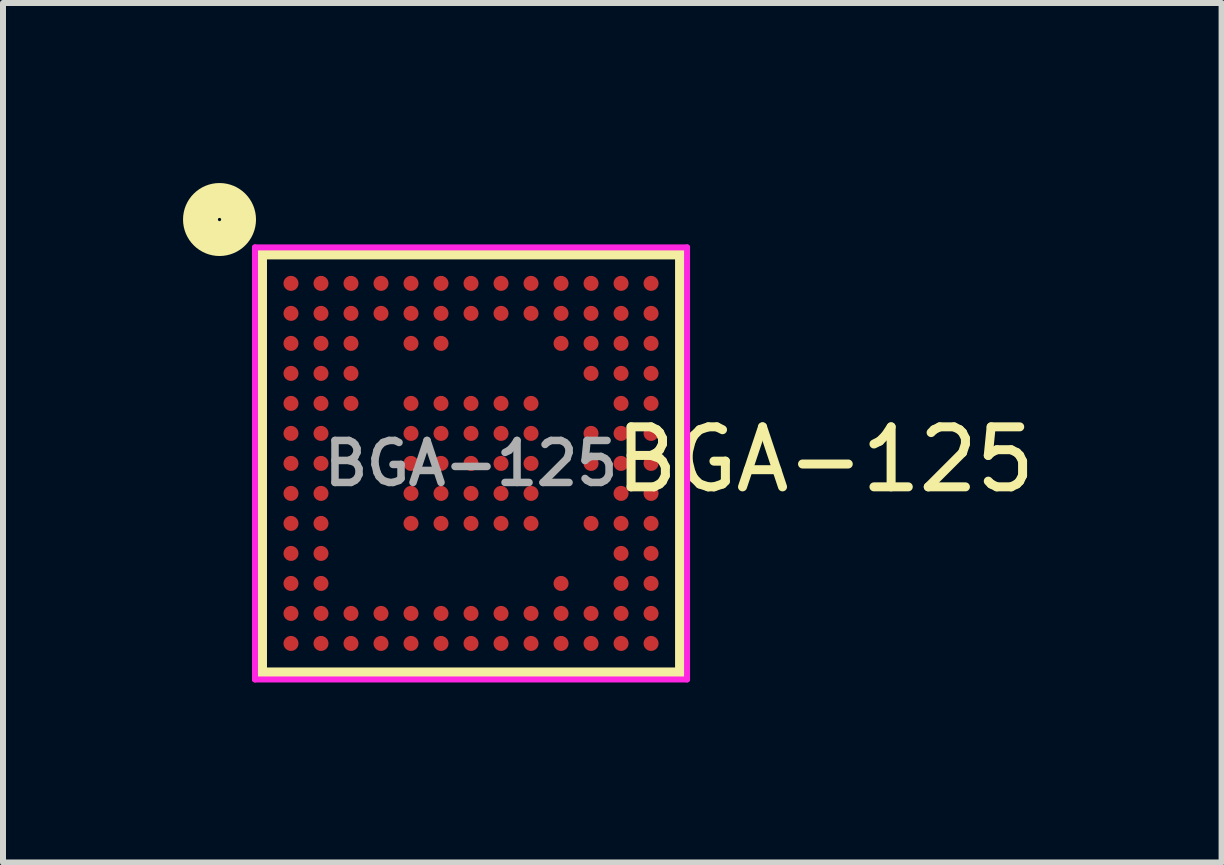
<source format=kicad_pcb>
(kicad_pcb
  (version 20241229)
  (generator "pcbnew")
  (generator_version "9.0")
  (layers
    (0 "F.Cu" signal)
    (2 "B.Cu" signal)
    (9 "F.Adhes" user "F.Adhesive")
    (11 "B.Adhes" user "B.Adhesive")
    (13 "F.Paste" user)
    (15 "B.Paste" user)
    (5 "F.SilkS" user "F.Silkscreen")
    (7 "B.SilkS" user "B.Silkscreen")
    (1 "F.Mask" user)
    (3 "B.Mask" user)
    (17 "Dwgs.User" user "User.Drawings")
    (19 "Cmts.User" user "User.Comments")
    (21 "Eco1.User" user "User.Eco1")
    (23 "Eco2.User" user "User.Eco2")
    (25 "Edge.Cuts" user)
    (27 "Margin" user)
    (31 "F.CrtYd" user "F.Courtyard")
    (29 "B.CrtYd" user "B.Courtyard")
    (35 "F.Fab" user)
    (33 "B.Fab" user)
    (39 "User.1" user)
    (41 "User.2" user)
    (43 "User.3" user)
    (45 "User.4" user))
  (footprint "BGA-125"
    (layer "F.Cu")
    (at 4.799 4.672)
    (property "Reference" "BGA-125" (at 5.905 -0.064 0) (layer "F.SilkS") (effects (font (size 1 1) (thickness 0.15))))
    (attr through_hole)
    (fp_line (start -3.5 -3.5) (end 3.5 -3.5) (stroke (width 0.2) (type solid)) (layer "F.SilkS"))
    (fp_line (start -3.5 3.5) (end -3.5 -3.5) (stroke (width 0.2) (type solid)) (layer "F.SilkS"))
    (fp_line (start 3.5 -3.5) (end 3.5 3.5) (stroke (width 0.2) (type solid)) (layer "F.SilkS"))
    (fp_line (start 3.5 3.5) (end -3.5 3.5) (stroke (width 0.2) (type solid)) (layer "F.SilkS"))
    (fp_circle (center -4.191 -4.064) (end -4.128 -4.064) (stroke (width 0.2) (type solid)) (fill no) (layer "F.SilkS"))
    (fp_circle (center -4.191 -4.064) (end -4.064 -4.064) (stroke (width 0.2) (type solid)) (fill no) (layer "F.SilkS"))
    (fp_circle (center -4.191 -4.064) (end -3.937 -4) (stroke (width 0.2) (type solid)) (fill no) (layer "F.SilkS"))
    (fp_circle (center -4.191 -4.064) (end -3.81 -4) (stroke (width 0.2) (type solid)) (fill no) (layer "F.SilkS"))
    (fp_circle (center -4.191 -4.064) (end -3.683 -4.064) (stroke (width 0.2) (type solid)) (fill no) (layer "F.SilkS"))
    (fp_line (start -3.6 -3.6) (end 3.6 -3.6) (stroke (width 0.1) (type solid)) (layer "F.CrtYd"))
    (fp_line (start -3.6 3.6) (end -3.6 -3.6) (stroke (width 0.1) (type solid)) (layer "F.CrtYd"))
    (fp_line (start 3.6 -3.6) (end 3.6 3.6) (stroke (width 0.1) (type solid)) (layer "F.CrtYd"))
    (fp_line (start 3.6 3.6) (end -3.6 3.6) (stroke (width 0.1) (type solid)) (layer "F.CrtYd"))
    (fp_text user "${REFERENCE}" (at 0 0 0) (layer "F.Fab") (effects (font (size 0.7 0.7) (thickness 0.125))))
    (pad "A1" smd circle (at -3 -3) (size 0.25 0.25) (layers "F.Cu" "F.Mask" "F.Paste"))
    (pad "A2" smd circle (at -2.5 -3) (size 0.25 0.25) (layers "F.Cu" "F.Mask" "F.Paste"))
    (pad "A3" smd circle (at -2 -3) (size 0.25 0.25) (layers "F.Cu" "F.Mask" "F.Paste"))
    (pad "A4" smd circle (at -1.5 -3) (size 0.25 0.25) (layers "F.Cu" "F.Mask" "F.Paste"))
    (pad "A5" smd circle (at -1 -3) (size 0.25 0.25) (layers "F.Cu" "F.Mask" "F.Paste"))
    (pad "A6" smd circle (at -0.5 -3) (size 0.25 0.25) (layers "F.Cu" "F.Mask" "F.Paste"))
    (pad "A7" smd circle (at 0 -3) (size 0.25 0.25) (layers "F.Cu" "F.Mask" "F.Paste"))
    (pad "A8" smd circle (at 0.5 -3) (size 0.25 0.25) (layers "F.Cu" "F.Mask" "F.Paste"))
    (pad "A9" smd circle (at 1 -3) (size 0.25 0.25) (layers "F.Cu" "F.Mask" "F.Paste"))
    (pad "A10" smd circle (at 1.5 -3) (size 0.25 0.25) (layers "F.Cu" "F.Mask" "F.Paste"))
    (pad "A11" smd circle (at 2 -3) (size 0.25 0.25) (layers "F.Cu" "F.Mask" "F.Paste"))
    (pad "A12" smd circle (at 2.5 -3) (size 0.25 0.25) (layers "F.Cu" "F.Mask" "F.Paste"))
    (pad "A13" smd circle (at 3 -3) (size 0.25 0.25) (layers "F.Cu" "F.Mask" "F.Paste"))
    (pad "B1" smd circle (at -3 -2.5) (size 0.25 0.25) (layers "F.Cu" "F.Mask" "F.Paste"))
    (pad "B2" smd circle (at -2.5 -2.5) (size 0.25 0.25) (layers "F.Cu" "F.Mask" "F.Paste"))
    (pad "B3" smd circle (at -2 -2.5) (size 0.25 0.25) (layers "F.Cu" "F.Mask" "F.Paste"))
    (pad "B4" smd circle (at -1.5 -2.5) (size 0.25 0.25) (layers "F.Cu" "F.Mask" "F.Paste"))
    (pad "B5" smd circle (at -1 -2.5) (size 0.25 0.25) (layers "F.Cu" "F.Mask" "F.Paste"))
    (pad "B6" smd circle (at -0.5 -2.5) (size 0.25 0.25) (layers "F.Cu" "F.Mask" "F.Paste"))
    (pad "B7" smd circle (at 0 -2.5) (size 0.25 0.25) (layers "F.Cu" "F.Mask" "F.Paste"))
    (pad "B8" smd circle (at 0.5 -2.5) (size 0.25 0.25) (layers "F.Cu" "F.Mask" "F.Paste"))
    (pad "B9" smd circle (at 1 -2.5) (size 0.25 0.25) (layers "F.Cu" "F.Mask" "F.Paste"))
    (pad "B10" smd circle (at 1.5 -2.5) (size 0.25 0.25) (layers "F.Cu" "F.Mask" "F.Paste"))
    (pad "B11" smd circle (at 2 -2.5) (size 0.25 0.25) (layers "F.Cu" "F.Mask" "F.Paste"))
    (pad "B12" smd circle (at 2.5 -2.5) (size 0.25 0.25) (layers "F.Cu" "F.Mask" "F.Paste"))
    (pad "B13" smd circle (at 3 -2.5) (size 0.25 0.25) (layers "F.Cu" "F.Mask" "F.Paste"))
    (pad "C1" smd circle (at -3 -2) (size 0.25 0.25) (layers "F.Cu" "F.Mask" "F.Paste"))
    (pad "C2" smd circle (at -2.5 -2) (size 0.25 0.25) (layers "F.Cu" "F.Mask" "F.Paste"))
    (pad "C3" smd circle (at -2 -2) (size 0.25 0.25) (layers "F.Cu" "F.Mask" "F.Paste"))
    (pad "C5" smd circle (at -1 -2) (size 0.25 0.25) (layers "F.Cu" "F.Mask" "F.Paste"))
    (pad "C6" smd circle (at -0.5 -2) (size 0.25 0.25) (layers "F.Cu" "F.Mask" "F.Paste"))
    (pad "C10" smd circle (at 1.5 -2) (size 0.25 0.25) (layers "F.Cu" "F.Mask" "F.Paste"))
    (pad "C11" smd circle (at 2 -2) (size 0.25 0.25) (layers "F.Cu" "F.Mask" "F.Paste"))
    (pad "C12" smd circle (at 2.5 -2) (size 0.25 0.25) (layers "F.Cu" "F.Mask" "F.Paste"))
    (pad "C13" smd circle (at 3 -2) (size 0.25 0.25) (layers "F.Cu" "F.Mask" "F.Paste"))
    (pad "D1" smd circle (at -3 -1.5) (size 0.25 0.25) (layers "F.Cu" "F.Mask" "F.Paste"))
    (pad "D2" smd circle (at -2.5 -1.5) (size 0.25 0.25) (layers "F.Cu" "F.Mask" "F.Paste"))
    (pad "D3" smd circle (at -2 -1.5) (size 0.25 0.25) (layers "F.Cu" "F.Mask" "F.Paste"))
    (pad "D11" smd circle (at 2 -1.5) (size 0.25 0.25) (layers "F.Cu" "F.Mask" "F.Paste"))
    (pad "D12" smd circle (at 2.5 -1.5) (size 0.25 0.25) (layers "F.Cu" "F.Mask" "F.Paste"))
    (pad "D13" smd circle (at 3 -1.5) (size 0.25 0.25) (layers "F.Cu" "F.Mask" "F.Paste"))
    (pad "E1" smd circle (at -3 -1) (size 0.25 0.25) (layers "F.Cu" "F.Mask" "F.Paste"))
    (pad "E2" smd circle (at -2.5 -1) (size 0.25 0.25) (layers "F.Cu" "F.Mask" "F.Paste"))
    (pad "E3" smd circle (at -2 -1) (size 0.25 0.25) (layers "F.Cu" "F.Mask" "F.Paste"))
    (pad "E5" smd circle (at -1 -1) (size 0.25 0.25) (layers "F.Cu" "F.Mask" "F.Paste"))
    (pad "E6" smd circle (at -0.5 -1) (size 0.25 0.25) (layers "F.Cu" "F.Mask" "F.Paste"))
    (pad "E7" smd circle (at 0 -1) (size 0.25 0.25) (layers "F.Cu" "F.Mask" "F.Paste"))
    (pad "E8" smd circle (at 0.5 -1) (size 0.25 0.25) (layers "F.Cu" "F.Mask" "F.Paste"))
    (pad "E9" smd circle (at 1 -1) (size 0.25 0.25) (layers "F.Cu" "F.Mask" "F.Paste"))
    (pad "E12" smd circle (at 2.5 -1) (size 0.25 0.25) (layers "F.Cu" "F.Mask" "F.Paste"))
    (pad "E13" smd circle (at 3 -1) (size 0.25 0.25) (layers "F.Cu" "F.Mask" "F.Paste"))
    (pad "F1" smd circle (at -3 -0.5) (size 0.25 0.25) (layers "F.Cu" "F.Mask" "F.Paste"))
    (pad "F2" smd circle (at -2.5 -0.5) (size 0.25 0.25) (layers "F.Cu" "F.Mask" "F.Paste"))
    (pad "F5" smd circle (at -1 -0.5) (size 0.25 0.25) (layers "F.Cu" "F.Mask" "F.Paste"))
    (pad "F6" smd circle (at -0.5 -0.5) (size 0.25 0.25) (layers "F.Cu" "F.Mask" "F.Paste"))
    (pad "F7" smd circle (at 0 -0.5) (size 0.25 0.25) (layers "F.Cu" "F.Mask" "F.Paste"))
    (pad "F8" smd circle (at 0.5 -0.5) (size 0.25 0.25) (layers "F.Cu" "F.Mask" "F.Paste"))
    (pad "F9" smd circle (at 1 -0.5) (size 0.25 0.25) (layers "F.Cu" "F.Mask" "F.Paste"))
    (pad "F11" smd circle (at 2 -0.5) (size 0.25 0.25) (layers "F.Cu" "F.Mask" "F.Paste"))
    (pad "F12" smd circle (at 2.5 -0.5) (size 0.25 0.25) (layers "F.Cu" "F.Mask" "F.Paste"))
    (pad "F13" smd circle (at 3 -0.5) (size 0.25 0.25) (layers "F.Cu" "F.Mask" "F.Paste"))
    (pad "G1" smd circle (at -3 0) (size 0.25 0.25) (layers "F.Cu" "F.Mask" "F.Paste"))
    (pad "G2" smd circle (at -2.5 0) (size 0.25 0.25) (layers "F.Cu" "F.Mask" "F.Paste"))
    (pad "G5" smd circle (at -1 0) (size 0.25 0.25) (layers "F.Cu" "F.Mask" "F.Paste"))
    (pad "G6" smd circle (at -0.5 0) (size 0.25 0.25) (layers "F.Cu" "F.Mask" "F.Paste"))
    (pad "G7" smd circle (at 0 0) (size 0.25 0.25) (layers "F.Cu" "F.Mask" "F.Paste"))
    (pad "G8" smd circle (at 0.5 0) (size 0.25 0.25) (layers "F.Cu" "F.Mask" "F.Paste"))
    (pad "G9" smd circle (at 1 0) (size 0.25 0.25) (layers "F.Cu" "F.Mask" "F.Paste"))
    (pad "G11" smd circle (at 2 0) (size 0.25 0.25) (layers "F.Cu" "F.Mask" "F.Paste"))
    (pad "G12" smd circle (at 2.5 0) (size 0.25 0.25) (layers "F.Cu" "F.Mask" "F.Paste"))
    (pad "G13" smd circle (at 3 0) (size 0.25 0.25) (layers "F.Cu" "F.Mask" "F.Paste"))
    (pad "H1" smd circle (at -3 0.5) (size 0.25 0.25) (layers "F.Cu" "F.Mask" "F.Paste"))
    (pad "H2" smd circle (at -2.5 0.5) (size 0.25 0.25) (layers "F.Cu" "F.Mask" "F.Paste"))
    (pad "H5" smd circle (at -1 0.5) (size 0.25 0.25) (layers "F.Cu" "F.Mask" "F.Paste"))
    (pad "H6" smd circle (at -0.5 0.5) (size 0.25 0.25) (layers "F.Cu" "F.Mask" "F.Paste"))
    (pad "H7" smd circle (at 0 0.5) (size 0.25 0.25) (layers "F.Cu" "F.Mask" "F.Paste"))
    (pad "H8" smd circle (at 0.5 0.5) (size 0.25 0.25) (layers "F.Cu" "F.Mask" "F.Paste"))
    (pad "H9" smd circle (at 1 0.5) (size 0.25 0.25) (layers "F.Cu" "F.Mask" "F.Paste"))
    (pad "H12" smd circle (at 2.5 0.5) (size 0.25 0.25) (layers "F.Cu" "F.Mask" "F.Paste"))
    (pad "H13" smd circle (at 3 0.5) (size 0.25 0.25) (layers "F.Cu" "F.Mask" "F.Paste"))
    (pad "J1" smd circle (at -3 1) (size 0.25 0.25) (layers "F.Cu" "F.Mask" "F.Paste"))
    (pad "J2" smd circle (at -2.5 1) (size 0.25 0.25) (layers "F.Cu" "F.Mask" "F.Paste"))
    (pad "J5" smd circle (at -1 1) (size 0.25 0.25) (layers "F.Cu" "F.Mask" "F.Paste"))
    (pad "J6" smd circle (at -0.5 1) (size 0.25 0.25) (layers "F.Cu" "F.Mask" "F.Paste"))
    (pad "J7" smd circle (at 0 1) (size 0.25 0.25) (layers "F.Cu" "F.Mask" "F.Paste"))
    (pad "J8" smd circle (at 0.5 1) (size 0.25 0.25) (layers "F.Cu" "F.Mask" "F.Paste"))
    (pad "J9" smd circle (at 1 1) (size 0.25 0.25) (layers "F.Cu" "F.Mask" "F.Paste"))
    (pad "J11" smd circle (at 2 1) (size 0.25 0.25) (layers "F.Cu" "F.Mask" "F.Paste"))
    (pad "J12" smd circle (at 2.5 1) (size 0.25 0.25) (layers "F.Cu" "F.Mask" "F.Paste"))
    (pad "J13" smd circle (at 3 1) (size 0.25 0.25) (layers "F.Cu" "F.Mask" "F.Paste"))
    (pad "K1" smd circle (at -3 1.5) (size 0.25 0.25) (layers "F.Cu" "F.Mask" "F.Paste"))
    (pad "K2" smd circle (at -2.5 1.5) (size 0.25 0.25) (layers "F.Cu" "F.Mask" "F.Paste"))
    (pad "K12" smd circle (at 2.5 1.5) (size 0.25 0.25) (layers "F.Cu" "F.Mask" "F.Paste"))
    (pad "K13" smd circle (at 3 1.5) (size 0.25 0.25) (layers "F.Cu" "F.Mask" "F.Paste"))
    (pad "L1" smd circle (at -3 2) (size 0.25 0.25) (layers "F.Cu" "F.Mask" "F.Paste"))
    (pad "L2" smd circle (at -2.5 2) (size 0.25 0.25) (layers "F.Cu" "F.Mask" "F.Paste"))
    (pad "L10" smd circle (at 1.5 2) (size 0.25 0.25) (layers "F.Cu" "F.Mask" "F.Paste"))
    (pad "L12" smd circle (at 2.5 2) (size 0.25 0.25) (layers "F.Cu" "F.Mask" "F.Paste"))
    (pad "L13" smd circle (at 3 2) (size 0.25 0.25) (layers "F.Cu" "F.Mask" "F.Paste"))
    (pad "M1" smd circle (at -3 2.5) (size 0.25 0.25) (layers "F.Cu" "F.Mask" "F.Paste"))
    (pad "M2" smd circle (at -2.5 2.5) (size 0.25 0.25) (layers "F.Cu" "F.Mask" "F.Paste"))
    (pad "M3" smd circle (at -2 2.5) (size 0.25 0.25) (layers "F.Cu" "F.Mask" "F.Paste"))
    (pad "M4" smd circle (at -1.5 2.5) (size 0.25 0.25) (layers "F.Cu" "F.Mask" "F.Paste"))
    (pad "M5" smd circle (at -1 2.5) (size 0.25 0.25) (layers "F.Cu" "F.Mask" "F.Paste"))
    (pad "M6" smd circle (at -0.5 2.5) (size 0.25 0.25) (layers "F.Cu" "F.Mask" "F.Paste"))
    (pad "M7" smd circle (at 0 2.5) (size 0.25 0.25) (layers "F.Cu" "F.Mask" "F.Paste"))
    (pad "M8" smd circle (at 0.5 2.5) (size 0.25 0.25) (layers "F.Cu" "F.Mask" "F.Paste"))
    (pad "M9" smd circle (at 1 2.5) (size 0.25 0.25) (layers "F.Cu" "F.Mask" "F.Paste"))
    (pad "M10" smd circle (at 1.5 2.5) (size 0.25 0.25) (layers "F.Cu" "F.Mask" "F.Paste"))
    (pad "M11" smd circle (at 2 2.5) (size 0.25 0.25) (layers "F.Cu" "F.Mask" "F.Paste"))
    (pad "M12" smd circle (at 2.5 2.5) (size 0.25 0.25) (layers "F.Cu" "F.Mask" "F.Paste"))
    (pad "M13" smd circle (at 3 2.5) (size 0.25 0.25) (layers "F.Cu" "F.Mask" "F.Paste"))
    (pad "N1" smd circle (at -3 3) (size 0.25 0.25) (layers "F.Cu" "F.Mask" "F.Paste"))
    (pad "N2" smd circle (at -2.5 3) (size 0.25 0.25) (layers "F.Cu" "F.Mask" "F.Paste"))
    (pad "N3" smd circle (at -2 3) (size 0.25 0.25) (layers "F.Cu" "F.Mask" "F.Paste"))
    (pad "N4" smd circle (at -1.5 3) (size 0.25 0.25) (layers "F.Cu" "F.Mask" "F.Paste"))
    (pad "N5" smd circle (at -1 3) (size 0.25 0.25) (layers "F.Cu" "F.Mask" "F.Paste"))
    (pad "N6" smd circle (at -0.5 3) (size 0.25 0.25) (layers "F.Cu" "F.Mask" "F.Paste"))
    (pad "N7" smd circle (at 0 3) (size 0.25 0.25) (layers "F.Cu" "F.Mask" "F.Paste"))
    (pad "N8" smd circle (at 0.5 3) (size 0.25 0.25) (layers "F.Cu" "F.Mask" "F.Paste"))
    (pad "N9" smd circle (at 1 3) (size 0.25 0.25) (layers "F.Cu" "F.Mask" "F.Paste"))
    (pad "N10" smd circle (at 1.5 3) (size 0.25 0.25) (layers "F.Cu" "F.Mask" "F.Paste"))
    (pad "N11" smd circle (at 2 3) (size 0.25 0.25) (layers "F.Cu" "F.Mask" "F.Paste"))
    (pad "N12" smd circle (at 2.5 3) (size 0.25 0.25) (layers "F.Cu" "F.Mask" "F.Paste"))
    (pad "N13" smd circle (at 3 3) (size 0.25 0.25) (layers "F.Cu" "F.Mask" "F.Paste")))
  (gr_rect
    (start -3 -3)
    (end 17.306 11.322)
    (stroke (width 0.1) (type default))
    (fill no)
    (layer "Edge.Cuts")))
</source>
